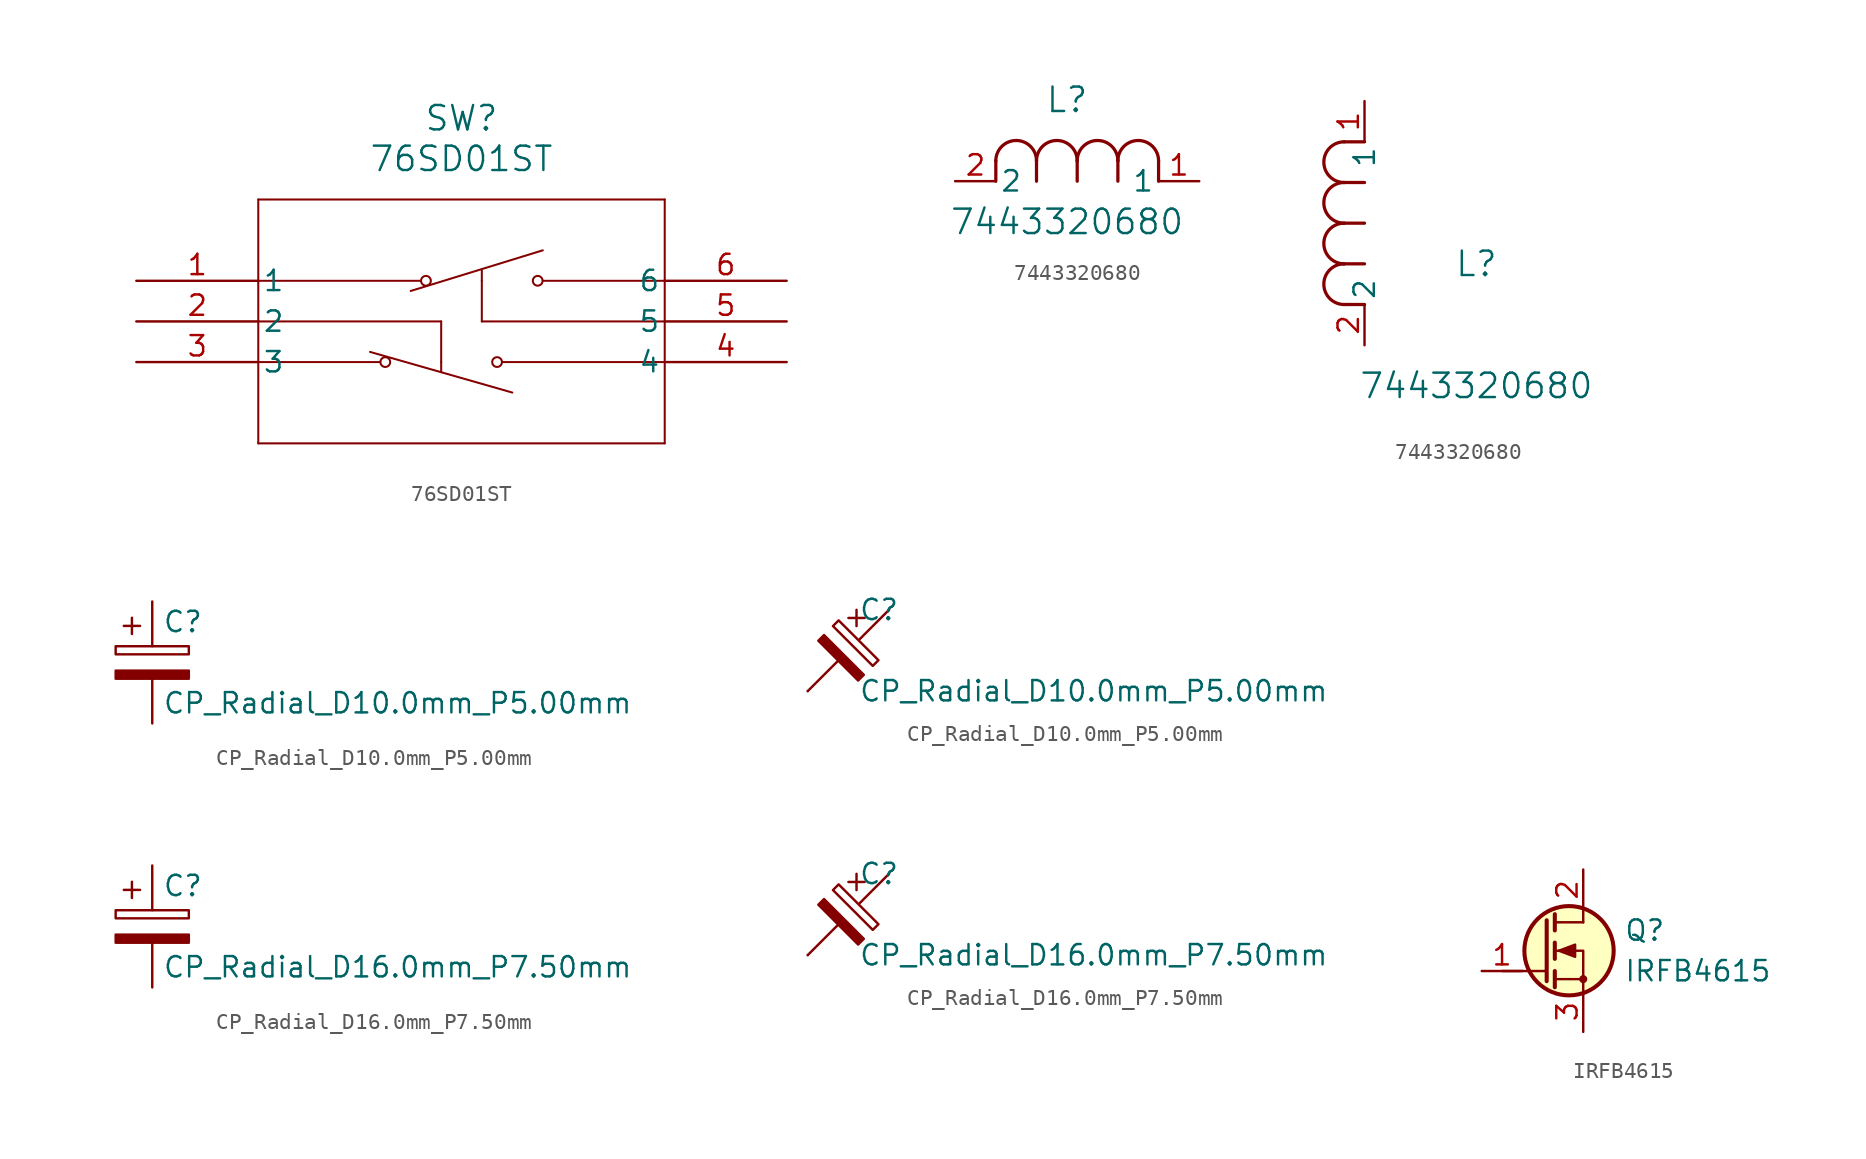
<source format=kicad_sym>
(kicad_symbol_lib
  (version 20241209)
  (generator "kicad_symbol_editor")
  (generator_version "9.0")
  (symbol "76SD01ST"
    (pin_names
      (offset 0.254))
    (property "Reference" "SW"
      (at 20.32 10.16 0)
      (effects (font (size 1.524 1.524))))
    (property "Value" "76SD01ST"
      (at 20.32 7.62 0)
      (effects (font (size 1.524 1.524))))
    (symbol "76SD01ST_0_1"
      (polyline (pts (xy 7.62 5.08) (xy 7.62 -10.16)) (stroke (width 0.127) (type default)) (fill (type none)))
      (polyline (pts (xy 7.62 0) (xy 17.78 0)) (stroke (width 0.127) (type default)) (fill (type none)))
      (polyline (pts (xy 7.62 -2.54) (xy 19.05 -2.54)) (stroke (width 0.127) (type default)) (fill (type none)))
      (polyline (pts (xy 7.62 -5.08) (xy 15.24 -5.08)) (stroke (width 0.127) (type default)) (fill (type none)))
      (polyline (pts (xy 7.62 -10.16) (xy 33.02 -10.16)) (stroke (width 0.127) (type default)) (fill (type none)))
      (polyline (pts (xy 14.605 -4.445) (xy 23.495 -6.985)) (stroke (width 0.127) (type default)) (fill (type none)))
      (circle (center 15.557 -5.08) (radius 0.305) (stroke (width 0.127) (type default)) (fill (type none)))
      (polyline (pts (xy 17.145 -0.635) (xy 25.4 1.905)) (stroke (width 0.127) (type default)) (fill (type none)))
      (circle (center 18.098 0) (radius 0.305) (stroke (width 0.127) (type default)) (fill (type none)))
      (polyline (pts (xy 19.05 -2.54) (xy 19.05 -5.08)) (stroke (width 0.127) (type default)) (fill (type none)))
      (polyline (pts (xy 19.05 -5.08) (xy 19.05 -5.715)) (stroke (width 0.127) (type default)) (fill (type none)))
      (polyline (pts (xy 21.59 0.635) (xy 21.59 0)) (stroke (width 0.127) (type default)) (fill (type none)))
      (polyline (pts (xy 21.59 -2.54) (xy 21.59 0)) (stroke (width 0.127) (type default)) (fill (type none)))
      (polyline (pts (xy 21.59 -2.54) (xy 33.02 -2.54)) (stroke (width 0.127) (type default)) (fill (type none)))
      (circle (center 22.543 -5.08) (radius 0.305) (stroke (width 0.127) (type default)) (fill (type none)))
      (circle (center 25.082 0) (radius 0.305) (stroke (width 0.127) (type default)) (fill (type none)))
      (polyline (pts (xy 25.4 0) (xy 33.02 0)) (stroke (width 0.127) (type default)) (fill (type none)))
      (polyline (pts (xy 33.02 5.08) (xy 7.62 5.08)) (stroke (width 0.127) (type default)) (fill (type none)))
      (polyline (pts (xy 33.02 -5.08) (xy 22.86 -5.08)) (stroke (width 0.127) (type default)) (fill (type none)))
      (polyline (pts (xy 33.02 -10.16) (xy 33.02 5.08)) (stroke (width 0.127) (type default)) (fill (type none)))
      (pin unspecified line (at 0 0 0) (length 7.62) (name "1" (effects (font (size 1.27 1.27)))) (number "1" (effects (font (size 1.27 1.27)))))
      (pin unspecified line (at 0 -2.54 0) (length 7.62) (name "2" (effects (font (size 1.27 1.27)))) (number "2" (effects (font (size 1.27 1.27)))))
      (pin unspecified line (at 0 -5.08 0) (length 7.62) (name "3" (effects (font (size 1.27 1.27)))) (number "3" (effects (font (size 1.27 1.27)))))
      (pin unspecified line (at 40.64 0 180) (length 7.62) (name "6" (effects (font (size 1.27 1.27)))) (number "6" (effects (font (size 1.27 1.27)))))
      (pin unspecified line (at 40.64 -2.54 180) (length 7.62) (name "5" (effects (font (size 1.27 1.27)))) (number "5" (effects (font (size 1.27 1.27)))))
      (pin unspecified line (at 40.64 -5.08 180) (length 7.62) (name "4" (effects (font (size 1.27 1.27)))) (number "4" (effects (font (size 1.27 1.27)))))))
  (symbol "7443320680"
    (pin_names
      (offset 0.254))
    (property "Reference" "L"
      (at 6.985 5.08 0)
      (effects (font (size 1.524 1.524))))
    (property "Value" "7443320680"
      (at 6.985 -2.54 0)
      (effects (font (size 1.524 1.524))))
    (property "ki_locked" ""
      (at 0 0 0)
      (effects (font (size 1.27 1.27))))
    (symbol "7443320680_1_1"
      (polyline (pts (xy 2.54 0) (xy 2.54 1.27)) (stroke (width 0.203) (type default)) (fill (type none)))
      (arc (start 2.54 1.27) (mid 3.81 2.5344) (end 5.08 1.27) (stroke (width 0.2032) (type default)) (fill (type none)))
      (polyline (pts (xy 5.08 0) (xy 5.08 1.27)) (stroke (width 0.203) (type default)) (fill (type none)))
      (arc (start 5.08 1.27) (mid 6.35 2.5344) (end 7.62 1.27) (stroke (width 0.2032) (type default)) (fill (type none)))
      (polyline (pts (xy 7.62 0) (xy 7.62 1.27)) (stroke (width 0.203) (type default)) (fill (type none)))
      (arc (start 7.62 1.27) (mid 8.89 2.5344) (end 10.16 1.27) (stroke (width 0.2032) (type default)) (fill (type none)))
      (polyline (pts (xy 10.16 0) (xy 10.16 1.27)) (stroke (width 0.203) (type default)) (fill (type none)))
      (arc (start 10.16 1.27) (mid 11.43 2.5344) (end 12.7 1.27) (stroke (width 0.2032) (type default)) (fill (type none)))
      (polyline (pts (xy 12.7 0) (xy 12.7 1.27)) (stroke (width 0.203) (type default)) (fill (type none)))
      (pin unspecified line (at 0 0 0) (length 2.54) (name "2" (effects (font (size 1.27 1.27)))) (number "2" (effects (font (size 1.27 1.27)))))
      (pin unspecified line (at 15.24 0 180) (length 2.54) (name "1" (effects (font (size 1.27 1.27)))) (number "1" (effects (font (size 1.27 1.27))))))
    (symbol "7443320680_1_2"
      (arc (start -1.27 10.16) (mid -2.5344 11.43) (end -1.27 12.7) (stroke (width 0.2032) (type default)) (fill (type none)))
      (arc (start -1.27 7.62) (mid -2.5344 8.89) (end -1.27 10.16) (stroke (width 0.2032) (type default)) (fill (type none)))
      (arc (start -1.27 5.08) (mid -2.5344 6.35) (end -1.27 7.62) (stroke (width 0.2032) (type default)) (fill (type none)))
      (arc (start -1.27 2.54) (mid -2.5344 3.81) (end -1.27 5.08) (stroke (width 0.2032) (type default)) (fill (type none)))
      (polyline (pts (xy 0 12.7) (xy -1.27 12.7)) (stroke (width 0.203) (type default)) (fill (type none)))
      (polyline (pts (xy 0 10.16) (xy -1.27 10.16)) (stroke (width 0.203) (type default)) (fill (type none)))
      (polyline (pts (xy 0 7.62) (xy -1.27 7.62)) (stroke (width 0.203) (type default)) (fill (type none)))
      (polyline (pts (xy 0 5.08) (xy -1.27 5.08)) (stroke (width 0.203) (type default)) (fill (type none)))
      (polyline (pts (xy 0 2.54) (xy -1.27 2.54)) (stroke (width 0.203) (type default)) (fill (type none)))
      (pin unspecified line (at 0 15.24 270) (length 2.54) (name "1" (effects (font (size 1.27 1.27)))) (number "1" (effects (font (size 1.27 1.27)))))
      (pin unspecified line (at 0 0 90) (length 2.54) (name "2" (effects (font (size 1.27 1.27)))) (number "2" (effects (font (size 1.27 1.27)))))))
  (symbol "CP_Radial_D10.0mm_P5.00mm"
    (pin_numbers
      (hide yes))
    (pin_names
      (offset 0.254))
    (property "Reference" "C"
      (at 0.635 2.54 0)
      (effects (font (size 1.27 1.27)) (justify left)))
    (property "Value" "CP_Radial_D10.0mm_P5.00mm"
      (at 0.635 -2.54 0)
      (effects (font (size 1.27 1.27)) (justify left)))
    (symbol "CP_Radial_D10.0mm_P5.00mm_0_1"
      (rectangle (start -2.286 1.016) (end 2.286 0.508) (stroke (width 0) (type default)) (fill (type none)))
      (polyline (pts (xy -1.778 2.286) (xy -0.762 2.286)) (stroke (width 0) (type default)) (fill (type none)))
      (polyline (pts (xy -1.27 2.794) (xy -1.27 1.778)) (stroke (width 0) (type default)) (fill (type none)))
      (rectangle (start 2.286 -0.508) (end -2.286 -1.016) (stroke (width 0) (type default)) (fill (type outline))))
    (symbol "CP_Radial_D10.0mm_P5.00mm_0_2"
      (polyline (pts (xy -2.54 -2.54) (xy -0.66 -0.66)) (stroke (width 0) (type default)) (fill (type none)))
      (polyline (pts (xy -1.88 0.61) (xy 0.61 -1.88) (xy 0.965 -1.524) (xy -1.524 0.965) (xy -1.88 0.61)) (stroke (width 0) (type default)) (fill (type outline)))
      (polyline (pts (xy -0.965 1.524) (xy 1.524 -0.965) (xy 1.88 -0.61) (xy -0.61 1.88) (xy -0.965 1.524)) (stroke (width 0) (type default)) (fill (type none)))
      (polyline (pts (xy 0 2.032) (xy 1.016 2.032)) (stroke (width 0) (type default)) (fill (type none)))
      (polyline (pts (xy 0.508 2.54) (xy 0.508 1.524)) (stroke (width 0) (type default)) (fill (type none)))
      (polyline (pts (xy 0.66 0.66) (xy 2.54 2.54)) (stroke (width 0) (type default)) (fill (type none))))
    (symbol "CP_Radial_D10.0mm_P5.00mm_1_1"
      (pin passive line (at 0 3.81 270) (length 2.794) (name "~" (effects (font (size 1.27 1.27)))) (number "1" (effects (font (size 1.27 1.27)))))
      (pin passive line (at 0 -3.81 90) (length 2.794) (name "~" (effects (font (size 1.27 1.27)))) (number "2" (effects (font (size 1.27 1.27))))))
    (symbol "CP_Radial_D10.0mm_P5.00mm_1_2"
      (pin passive line (at -2.54 -2.54 90) (length 0) (name "~" (effects (font (size 1.27 1.27)))) (number "2" (effects (font (size 1.27 1.27)))))
      (pin passive line (at 2.54 2.54 270) (length 0) (name "~" (effects (font (size 1.27 1.27)))) (number "1" (effects (font (size 1.27 1.27)))))))
  (symbol "CP_Radial_D16.0mm_P7.50mm"
    (pin_numbers
      (hide yes))
    (pin_names
      (offset 0.254))
    (property "Reference" "C"
      (at 0.635 2.54 0)
      (effects (font (size 1.27 1.27)) (justify left)))
    (property "Value" "CP_Radial_D16.0mm_P7.50mm"
      (at 0.635 -2.54 0)
      (effects (font (size 1.27 1.27)) (justify left)))
    (symbol "CP_Radial_D16.0mm_P7.50mm_0_1"
      (rectangle (start -2.286 1.016) (end 2.286 0.508) (stroke (width 0) (type default)) (fill (type none)))
      (polyline (pts (xy -1.778 2.286) (xy -0.762 2.286)) (stroke (width 0) (type default)) (fill (type none)))
      (polyline (pts (xy -1.27 2.794) (xy -1.27 1.778)) (stroke (width 0) (type default)) (fill (type none)))
      (rectangle (start 2.286 -0.508) (end -2.286 -1.016) (stroke (width 0) (type default)) (fill (type outline))))
    (symbol "CP_Radial_D16.0mm_P7.50mm_0_2"
      (polyline (pts (xy -2.54 -2.54) (xy -0.66 -0.66)) (stroke (width 0) (type default)) (fill (type none)))
      (polyline (pts (xy -1.88 0.61) (xy 0.61 -1.88) (xy 0.965 -1.524) (xy -1.524 0.965) (xy -1.88 0.61)) (stroke (width 0) (type default)) (fill (type outline)))
      (polyline (pts (xy -0.965 1.524) (xy 1.524 -0.965) (xy 1.88 -0.61) (xy -0.61 1.88) (xy -0.965 1.524)) (stroke (width 0) (type default)) (fill (type none)))
      (polyline (pts (xy 0 2.032) (xy 1.016 2.032)) (stroke (width 0) (type default)) (fill (type none)))
      (polyline (pts (xy 0.508 2.54) (xy 0.508 1.524)) (stroke (width 0) (type default)) (fill (type none)))
      (polyline (pts (xy 0.66 0.66) (xy 2.54 2.54)) (stroke (width 0) (type default)) (fill (type none))))
    (symbol "CP_Radial_D16.0mm_P7.50mm_1_1"
      (pin passive line (at 0 3.81 270) (length 2.794) (name "~" (effects (font (size 1.27 1.27)))) (number "1" (effects (font (size 1.27 1.27)))))
      (pin passive line (at 0 -3.81 90) (length 2.794) (name "~" (effects (font (size 1.27 1.27)))) (number "2" (effects (font (size 1.27 1.27))))))
    (symbol "CP_Radial_D16.0mm_P7.50mm_1_2"
      (pin passive line (at -2.54 -2.54 90) (length 0) (name "~" (effects (font (size 1.27 1.27)))) (number "2" (effects (font (size 1.27 1.27)))))
      (pin passive line (at 2.54 2.54 270) (length 0) (name "~" (effects (font (size 1.27 1.27)))) (number "1" (effects (font (size 1.27 1.27)))))))
  (symbol "IRFB4615"
    (pin_names
      (hide yes))
    (property "Reference" "Q"
      (at 5.08 1.27 0)
      (effects (font (size 1.27 1.27)) (justify left)))
    (property "Value" "IRFB4615"
      (at 5.08 -1.27 0)
      (effects (font (size 1.27 1.27)) (justify left)))
    (symbol "IRFB4615_0_1"
      (polyline (pts (xy 0.254 1.905) (xy 0.254 -1.905)) (stroke (width 0.254) (type default)) (fill (type none)))
      (polyline (pts (xy 0.254 -1.27) (xy -2.54 -1.27)) (stroke (width 0) (type default)) (fill (type none)))
      (polyline (pts (xy 0.762 2.286) (xy 0.762 1.27)) (stroke (width 0.254) (type default)) (fill (type none)))
      (polyline (pts (xy 0.762 0.508) (xy 0.762 -0.508)) (stroke (width 0.254) (type default)) (fill (type none)))
      (polyline (pts (xy 0.762 -1.27) (xy 0.762 -2.286)) (stroke (width 0.254) (type default)) (fill (type none)))
      (polyline (pts (xy 0.762 -1.778) (xy 2.54 -1.778)) (stroke (width 0) (type default)) (fill (type none)))
      (polyline (pts (xy 1.016 0) (xy 2.032 0.381) (xy 2.032 -0.381) (xy 1.016 0)) (stroke (width 0) (type default)) (fill (type outline)))
      (circle (center 1.651 0) (radius 2.794) (stroke (width 0.254) (type default)) (fill (type background)))
      (polyline (pts (xy 2.54 2.54) (xy 2.54 1.778)) (stroke (width 0) (type default)) (fill (type none)))
      (polyline (pts (xy 2.54 1.778) (xy 0.762 1.778)) (stroke (width 0) (type default)) (fill (type none)))
      (circle (center 2.54 -1.778) (radius 0.178) (stroke (width 0) (type default)) (fill (type outline)))
      (polyline (pts (xy 2.54 -2.54) (xy 2.54 0) (xy 0.762 0)) (stroke (width 0) (type default)) (fill (type none))))
    (symbol "IRFB4615_1_1"
      (pin input line (at -3.81 -1.27 0) (length 2.54) (name "G" (effects (font (size 1.27 1.27)))) (number "1" (effects (font (size 1.27 1.27)))))
      (pin passive line (at 2.54 5.08 270) (length 2.54) (name "D" (effects (font (size 1.27 1.27)))) (number "2" (effects (font (size 1.27 1.27)))))
      (pin passive line (at 2.54 -5.08 90) (length 2.54) (name "S" (effects (font (size 1.27 1.27)))) (number "3" (effects (font (size 1.27 1.27))))))))
</source>
